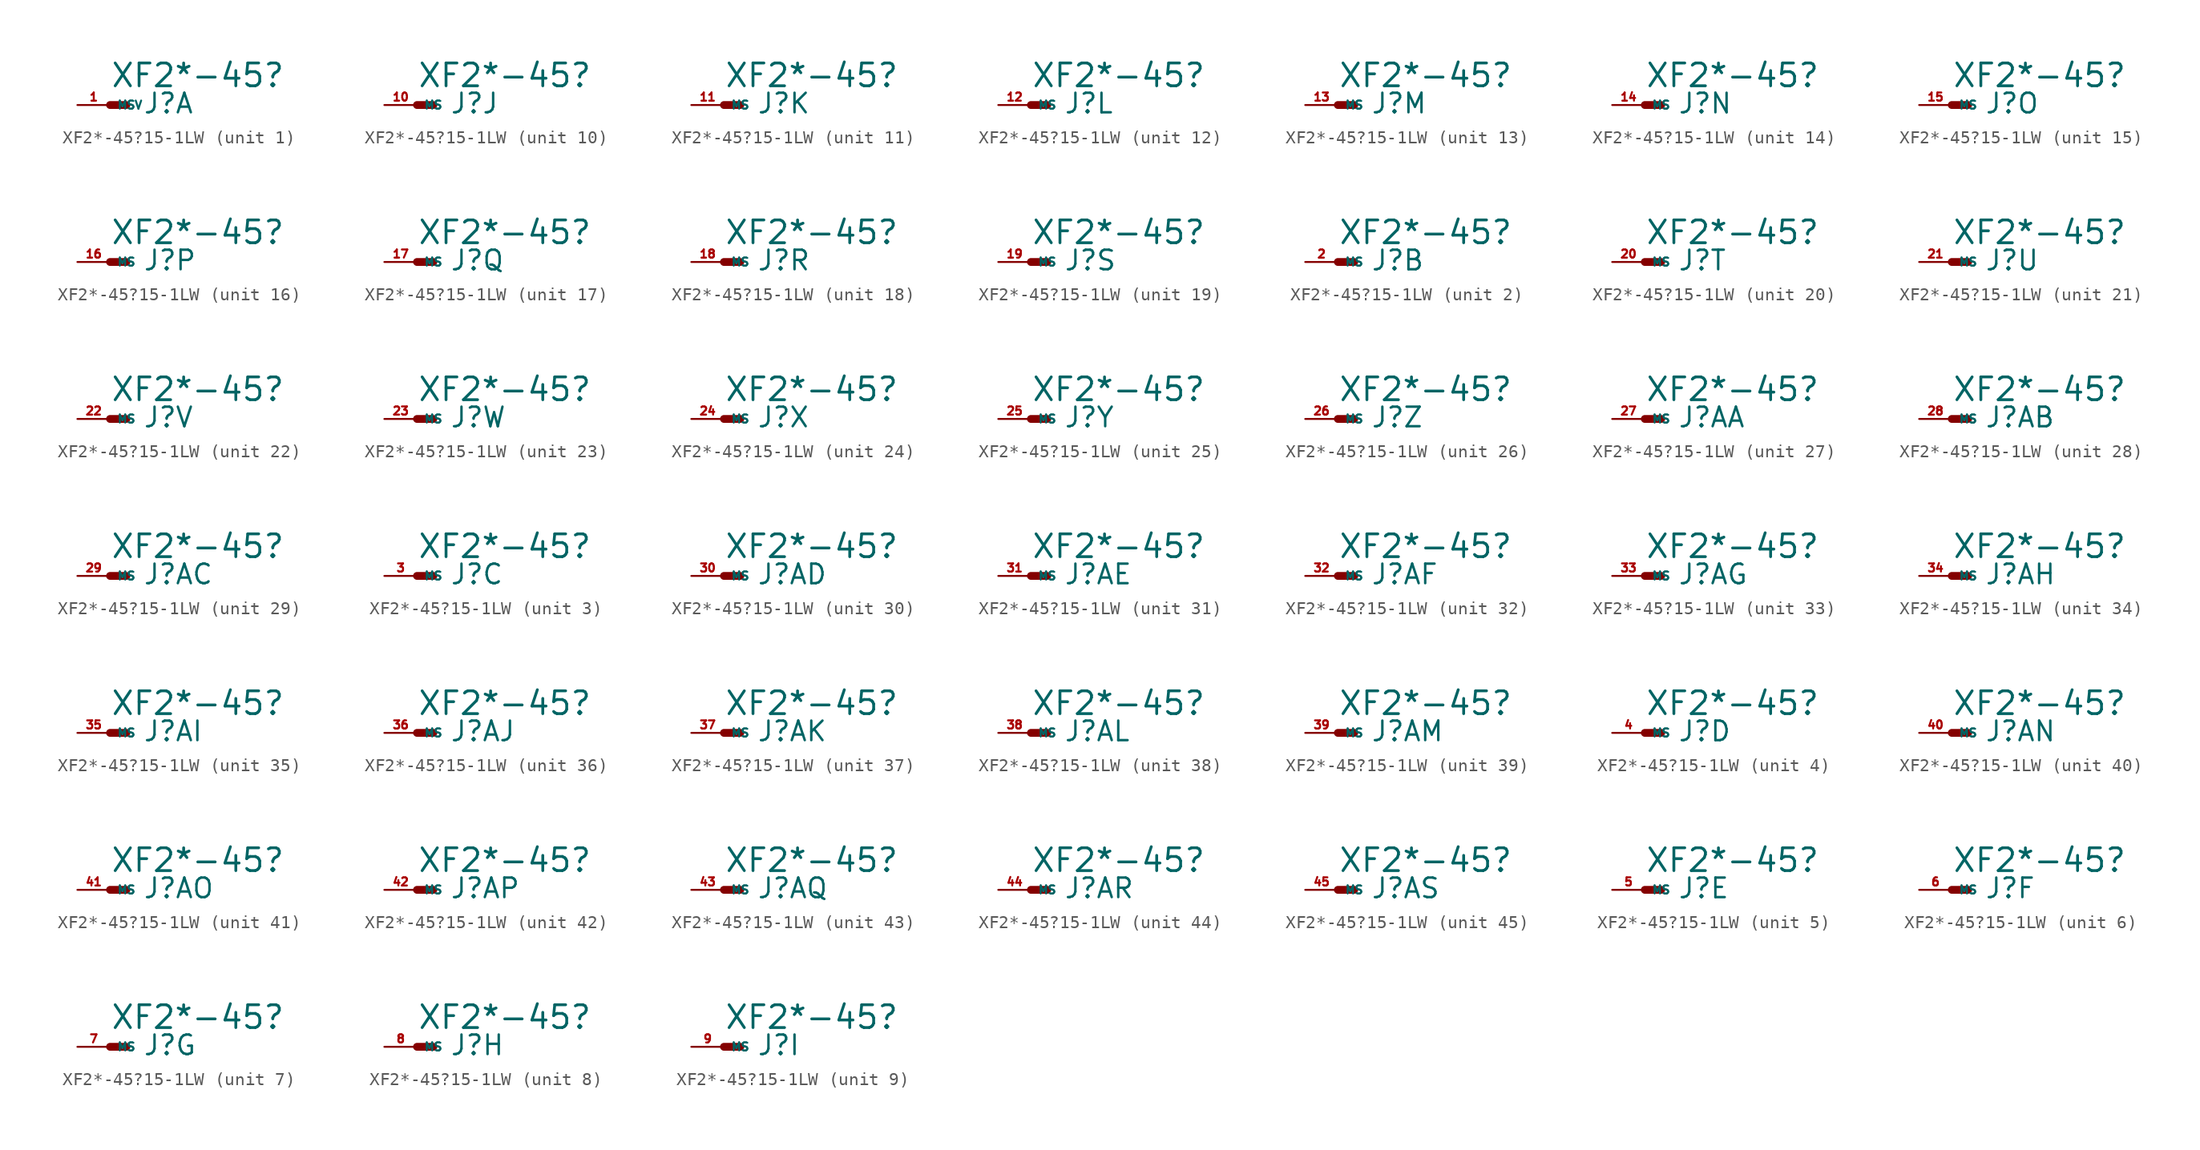
<source format=kicad_sym>
(kicad_symbol_lib
  (version 20220914)
  (generator Eagle2Kicad)
  (symbol "XF2*-45?15-1LW"
    (property "Reference" "J"
      (at 2.54 -0.762 0)
      (effects (font (size 1.524 1.524) (thickness 0.19)) (justify left bottom)))
    (property "Value" "XF2*-45?"
      (at 0 1.27 0)
      (effects (font (size 1.778 1.778) (thickness 0.22)) (justify left bottom)))
    (symbol "XF2*-45?15-1LW_1_0"
      (polyline (pts (xy 0 0) (xy 1.27 0)) (stroke (width 0.61) (type default)) (fill (type none)))
      (pin passive line (at -2.54 0 0) (length 2.54) (name "MSV" (effects (font (size 0.635 0.635) (thickness 0.08)) (justify left bottom))) (number "1" (effects (font (size 0.635 0.635) (thickness 0.08)) (justify left bottom)))))
    (symbol "XF2*-45?15-1LW_2_0"
      (polyline (pts (xy 0 0) (xy 1.27 0)) (stroke (width 0.61) (type default)) (fill (type none)))
      (pin passive line (at -2.54 0 0) (length 2.54) (name "MS" (effects (font (size 0.635 0.635) (thickness 0.08)) (justify left bottom))) (number "2" (effects (font (size 0.635 0.635) (thickness 0.08)) (justify left bottom)))))
    (symbol "XF2*-45?15-1LW_3_0"
      (polyline (pts (xy 0 0) (xy 1.27 0)) (stroke (width 0.61) (type default)) (fill (type none)))
      (pin passive line (at -2.54 0 0) (length 2.54) (name "MS" (effects (font (size 0.635 0.635) (thickness 0.08)) (justify left bottom))) (number "3" (effects (font (size 0.635 0.635) (thickness 0.08)) (justify left bottom)))))
    (symbol "XF2*-45?15-1LW_4_0"
      (polyline (pts (xy 0 0) (xy 1.27 0)) (stroke (width 0.61) (type default)) (fill (type none)))
      (pin passive line (at -2.54 0 0) (length 2.54) (name "MS" (effects (font (size 0.635 0.635) (thickness 0.08)) (justify left bottom))) (number "4" (effects (font (size 0.635 0.635) (thickness 0.08)) (justify left bottom)))))
    (symbol "XF2*-45?15-1LW_5_0"
      (polyline (pts (xy 0 0) (xy 1.27 0)) (stroke (width 0.61) (type default)) (fill (type none)))
      (pin passive line (at -2.54 0 0) (length 2.54) (name "MS" (effects (font (size 0.635 0.635) (thickness 0.08)) (justify left bottom))) (number "5" (effects (font (size 0.635 0.635) (thickness 0.08)) (justify left bottom)))))
    (symbol "XF2*-45?15-1LW_6_0"
      (polyline (pts (xy 0 0) (xy 1.27 0)) (stroke (width 0.61) (type default)) (fill (type none)))
      (pin passive line (at -2.54 0 0) (length 2.54) (name "MS" (effects (font (size 0.635 0.635) (thickness 0.08)) (justify left bottom))) (number "6" (effects (font (size 0.635 0.635) (thickness 0.08)) (justify left bottom)))))
    (symbol "XF2*-45?15-1LW_7_0"
      (polyline (pts (xy 0 0) (xy 1.27 0)) (stroke (width 0.61) (type default)) (fill (type none)))
      (pin passive line (at -2.54 0 0) (length 2.54) (name "MS" (effects (font (size 0.635 0.635) (thickness 0.08)) (justify left bottom))) (number "7" (effects (font (size 0.635 0.635) (thickness 0.08)) (justify left bottom)))))
    (symbol "XF2*-45?15-1LW_8_0"
      (polyline (pts (xy 0 0) (xy 1.27 0)) (stroke (width 0.61) (type default)) (fill (type none)))
      (pin passive line (at -2.54 0 0) (length 2.54) (name "MS" (effects (font (size 0.635 0.635) (thickness 0.08)) (justify left bottom))) (number "8" (effects (font (size 0.635 0.635) (thickness 0.08)) (justify left bottom)))))
    (symbol "XF2*-45?15-1LW_9_0"
      (polyline (pts (xy 0 0) (xy 1.27 0)) (stroke (width 0.61) (type default)) (fill (type none)))
      (pin passive line (at -2.54 0 0) (length 2.54) (name "MS" (effects (font (size 0.635 0.635) (thickness 0.08)) (justify left bottom))) (number "9" (effects (font (size 0.635 0.635) (thickness 0.08)) (justify left bottom)))))
    (symbol "XF2*-45?15-1LW_10_0"
      (polyline (pts (xy 0 0) (xy 1.27 0)) (stroke (width 0.61) (type default)) (fill (type none)))
      (pin passive line (at -2.54 0 0) (length 2.54) (name "MS" (effects (font (size 0.635 0.635) (thickness 0.08)) (justify left bottom))) (number "10" (effects (font (size 0.635 0.635) (thickness 0.08)) (justify left bottom)))))
    (symbol "XF2*-45?15-1LW_11_0"
      (polyline (pts (xy 0 0) (xy 1.27 0)) (stroke (width 0.61) (type default)) (fill (type none)))
      (pin passive line (at -2.54 0 0) (length 2.54) (name "MS" (effects (font (size 0.635 0.635) (thickness 0.08)) (justify left bottom))) (number "11" (effects (font (size 0.635 0.635) (thickness 0.08)) (justify left bottom)))))
    (symbol "XF2*-45?15-1LW_12_0"
      (polyline (pts (xy 0 0) (xy 1.27 0)) (stroke (width 0.61) (type default)) (fill (type none)))
      (pin passive line (at -2.54 0 0) (length 2.54) (name "MS" (effects (font (size 0.635 0.635) (thickness 0.08)) (justify left bottom))) (number "12" (effects (font (size 0.635 0.635) (thickness 0.08)) (justify left bottom)))))
    (symbol "XF2*-45?15-1LW_13_0"
      (polyline (pts (xy 0 0) (xy 1.27 0)) (stroke (width 0.61) (type default)) (fill (type none)))
      (pin passive line (at -2.54 0 0) (length 2.54) (name "MS" (effects (font (size 0.635 0.635) (thickness 0.08)) (justify left bottom))) (number "13" (effects (font (size 0.635 0.635) (thickness 0.08)) (justify left bottom)))))
    (symbol "XF2*-45?15-1LW_14_0"
      (polyline (pts (xy 0 0) (xy 1.27 0)) (stroke (width 0.61) (type default)) (fill (type none)))
      (pin passive line (at -2.54 0 0) (length 2.54) (name "MS" (effects (font (size 0.635 0.635) (thickness 0.08)) (justify left bottom))) (number "14" (effects (font (size 0.635 0.635) (thickness 0.08)) (justify left bottom)))))
    (symbol "XF2*-45?15-1LW_15_0"
      (polyline (pts (xy 0 0) (xy 1.27 0)) (stroke (width 0.61) (type default)) (fill (type none)))
      (pin passive line (at -2.54 0 0) (length 2.54) (name "MS" (effects (font (size 0.635 0.635) (thickness 0.08)) (justify left bottom))) (number "15" (effects (font (size 0.635 0.635) (thickness 0.08)) (justify left bottom)))))
    (symbol "XF2*-45?15-1LW_16_0"
      (polyline (pts (xy 0 0) (xy 1.27 0)) (stroke (width 0.61) (type default)) (fill (type none)))
      (pin passive line (at -2.54 0 0) (length 2.54) (name "MS" (effects (font (size 0.635 0.635) (thickness 0.08)) (justify left bottom))) (number "16" (effects (font (size 0.635 0.635) (thickness 0.08)) (justify left bottom)))))
    (symbol "XF2*-45?15-1LW_17_0"
      (polyline (pts (xy 0 0) (xy 1.27 0)) (stroke (width 0.61) (type default)) (fill (type none)))
      (pin passive line (at -2.54 0 0) (length 2.54) (name "MS" (effects (font (size 0.635 0.635) (thickness 0.08)) (justify left bottom))) (number "17" (effects (font (size 0.635 0.635) (thickness 0.08)) (justify left bottom)))))
    (symbol "XF2*-45?15-1LW_18_0"
      (polyline (pts (xy 0 0) (xy 1.27 0)) (stroke (width 0.61) (type default)) (fill (type none)))
      (pin passive line (at -2.54 0 0) (length 2.54) (name "MS" (effects (font (size 0.635 0.635) (thickness 0.08)) (justify left bottom))) (number "18" (effects (font (size 0.635 0.635) (thickness 0.08)) (justify left bottom)))))
    (symbol "XF2*-45?15-1LW_19_0"
      (polyline (pts (xy 0 0) (xy 1.27 0)) (stroke (width 0.61) (type default)) (fill (type none)))
      (pin passive line (at -2.54 0 0) (length 2.54) (name "MS" (effects (font (size 0.635 0.635) (thickness 0.08)) (justify left bottom))) (number "19" (effects (font (size 0.635 0.635) (thickness 0.08)) (justify left bottom)))))
    (symbol "XF2*-45?15-1LW_20_0"
      (polyline (pts (xy 0 0) (xy 1.27 0)) (stroke (width 0.61) (type default)) (fill (type none)))
      (pin passive line (at -2.54 0 0) (length 2.54) (name "MS" (effects (font (size 0.635 0.635) (thickness 0.08)) (justify left bottom))) (number "20" (effects (font (size 0.635 0.635) (thickness 0.08)) (justify left bottom)))))
    (symbol "XF2*-45?15-1LW_21_0"
      (polyline (pts (xy 0 0) (xy 1.27 0)) (stroke (width 0.61) (type default)) (fill (type none)))
      (pin passive line (at -2.54 0 0) (length 2.54) (name "MS" (effects (font (size 0.635 0.635) (thickness 0.08)) (justify left bottom))) (number "21" (effects (font (size 0.635 0.635) (thickness 0.08)) (justify left bottom)))))
    (symbol "XF2*-45?15-1LW_22_0"
      (polyline (pts (xy 0 0) (xy 1.27 0)) (stroke (width 0.61) (type default)) (fill (type none)))
      (pin passive line (at -2.54 0 0) (length 2.54) (name "MS" (effects (font (size 0.635 0.635) (thickness 0.08)) (justify left bottom))) (number "22" (effects (font (size 0.635 0.635) (thickness 0.08)) (justify left bottom)))))
    (symbol "XF2*-45?15-1LW_23_0"
      (polyline (pts (xy 0 0) (xy 1.27 0)) (stroke (width 0.61) (type default)) (fill (type none)))
      (pin passive line (at -2.54 0 0) (length 2.54) (name "MS" (effects (font (size 0.635 0.635) (thickness 0.08)) (justify left bottom))) (number "23" (effects (font (size 0.635 0.635) (thickness 0.08)) (justify left bottom)))))
    (symbol "XF2*-45?15-1LW_24_0"
      (polyline (pts (xy 0 0) (xy 1.27 0)) (stroke (width 0.61) (type default)) (fill (type none)))
      (pin passive line (at -2.54 0 0) (length 2.54) (name "MS" (effects (font (size 0.635 0.635) (thickness 0.08)) (justify left bottom))) (number "24" (effects (font (size 0.635 0.635) (thickness 0.08)) (justify left bottom)))))
    (symbol "XF2*-45?15-1LW_25_0"
      (polyline (pts (xy 0 0) (xy 1.27 0)) (stroke (width 0.61) (type default)) (fill (type none)))
      (pin passive line (at -2.54 0 0) (length 2.54) (name "MS" (effects (font (size 0.635 0.635) (thickness 0.08)) (justify left bottom))) (number "25" (effects (font (size 0.635 0.635) (thickness 0.08)) (justify left bottom)))))
    (symbol "XF2*-45?15-1LW_26_0"
      (polyline (pts (xy 0 0) (xy 1.27 0)) (stroke (width 0.61) (type default)) (fill (type none)))
      (pin passive line (at -2.54 0 0) (length 2.54) (name "MS" (effects (font (size 0.635 0.635) (thickness 0.08)) (justify left bottom))) (number "26" (effects (font (size 0.635 0.635) (thickness 0.08)) (justify left bottom)))))
    (symbol "XF2*-45?15-1LW_27_0"
      (polyline (pts (xy 0 0) (xy 1.27 0)) (stroke (width 0.61) (type default)) (fill (type none)))
      (pin passive line (at -2.54 0 0) (length 2.54) (name "MS" (effects (font (size 0.635 0.635) (thickness 0.08)) (justify left bottom))) (number "27" (effects (font (size 0.635 0.635) (thickness 0.08)) (justify left bottom)))))
    (symbol "XF2*-45?15-1LW_28_0"
      (polyline (pts (xy 0 0) (xy 1.27 0)) (stroke (width 0.61) (type default)) (fill (type none)))
      (pin passive line (at -2.54 0 0) (length 2.54) (name "MS" (effects (font (size 0.635 0.635) (thickness 0.08)) (justify left bottom))) (number "28" (effects (font (size 0.635 0.635) (thickness 0.08)) (justify left bottom)))))
    (symbol "XF2*-45?15-1LW_29_0"
      (polyline (pts (xy 0 0) (xy 1.27 0)) (stroke (width 0.61) (type default)) (fill (type none)))
      (pin passive line (at -2.54 0 0) (length 2.54) (name "MS" (effects (font (size 0.635 0.635) (thickness 0.08)) (justify left bottom))) (number "29" (effects (font (size 0.635 0.635) (thickness 0.08)) (justify left bottom)))))
    (symbol "XF2*-45?15-1LW_30_0"
      (polyline (pts (xy 0 0) (xy 1.27 0)) (stroke (width 0.61) (type default)) (fill (type none)))
      (pin passive line (at -2.54 0 0) (length 2.54) (name "MS" (effects (font (size 0.635 0.635) (thickness 0.08)) (justify left bottom))) (number "30" (effects (font (size 0.635 0.635) (thickness 0.08)) (justify left bottom)))))
    (symbol "XF2*-45?15-1LW_31_0"
      (polyline (pts (xy 0 0) (xy 1.27 0)) (stroke (width 0.61) (type default)) (fill (type none)))
      (pin passive line (at -2.54 0 0) (length 2.54) (name "MS" (effects (font (size 0.635 0.635) (thickness 0.08)) (justify left bottom))) (number "31" (effects (font (size 0.635 0.635) (thickness 0.08)) (justify left bottom)))))
    (symbol "XF2*-45?15-1LW_32_0"
      (polyline (pts (xy 0 0) (xy 1.27 0)) (stroke (width 0.61) (type default)) (fill (type none)))
      (pin passive line (at -2.54 0 0) (length 2.54) (name "MS" (effects (font (size 0.635 0.635) (thickness 0.08)) (justify left bottom))) (number "32" (effects (font (size 0.635 0.635) (thickness 0.08)) (justify left bottom)))))
    (symbol "XF2*-45?15-1LW_33_0"
      (polyline (pts (xy 0 0) (xy 1.27 0)) (stroke (width 0.61) (type default)) (fill (type none)))
      (pin passive line (at -2.54 0 0) (length 2.54) (name "MS" (effects (font (size 0.635 0.635) (thickness 0.08)) (justify left bottom))) (number "33" (effects (font (size 0.635 0.635) (thickness 0.08)) (justify left bottom)))))
    (symbol "XF2*-45?15-1LW_34_0"
      (polyline (pts (xy 0 0) (xy 1.27 0)) (stroke (width 0.61) (type default)) (fill (type none)))
      (pin passive line (at -2.54 0 0) (length 2.54) (name "MS" (effects (font (size 0.635 0.635) (thickness 0.08)) (justify left bottom))) (number "34" (effects (font (size 0.635 0.635) (thickness 0.08)) (justify left bottom)))))
    (symbol "XF2*-45?15-1LW_35_0"
      (polyline (pts (xy 0 0) (xy 1.27 0)) (stroke (width 0.61) (type default)) (fill (type none)))
      (pin passive line (at -2.54 0 0) (length 2.54) (name "MS" (effects (font (size 0.635 0.635) (thickness 0.08)) (justify left bottom))) (number "35" (effects (font (size 0.635 0.635) (thickness 0.08)) (justify left bottom)))))
    (symbol "XF2*-45?15-1LW_36_0"
      (polyline (pts (xy 0 0) (xy 1.27 0)) (stroke (width 0.61) (type default)) (fill (type none)))
      (pin passive line (at -2.54 0 0) (length 2.54) (name "MS" (effects (font (size 0.635 0.635) (thickness 0.08)) (justify left bottom))) (number "36" (effects (font (size 0.635 0.635) (thickness 0.08)) (justify left bottom)))))
    (symbol "XF2*-45?15-1LW_37_0"
      (polyline (pts (xy 0 0) (xy 1.27 0)) (stroke (width 0.61) (type default)) (fill (type none)))
      (pin passive line (at -2.54 0 0) (length 2.54) (name "MS" (effects (font (size 0.635 0.635) (thickness 0.08)) (justify left bottom))) (number "37" (effects (font (size 0.635 0.635) (thickness 0.08)) (justify left bottom)))))
    (symbol "XF2*-45?15-1LW_38_0"
      (polyline (pts (xy 0 0) (xy 1.27 0)) (stroke (width 0.61) (type default)) (fill (type none)))
      (pin passive line (at -2.54 0 0) (length 2.54) (name "MS" (effects (font (size 0.635 0.635) (thickness 0.08)) (justify left bottom))) (number "38" (effects (font (size 0.635 0.635) (thickness 0.08)) (justify left bottom)))))
    (symbol "XF2*-45?15-1LW_39_0"
      (polyline (pts (xy 0 0) (xy 1.27 0)) (stroke (width 0.61) (type default)) (fill (type none)))
      (pin passive line (at -2.54 0 0) (length 2.54) (name "MS" (effects (font (size 0.635 0.635) (thickness 0.08)) (justify left bottom))) (number "39" (effects (font (size 0.635 0.635) (thickness 0.08)) (justify left bottom)))))
    (symbol "XF2*-45?15-1LW_40_0"
      (polyline (pts (xy 0 0) (xy 1.27 0)) (stroke (width 0.61) (type default)) (fill (type none)))
      (pin passive line (at -2.54 0 0) (length 2.54) (name "MS" (effects (font (size 0.635 0.635) (thickness 0.08)) (justify left bottom))) (number "40" (effects (font (size 0.635 0.635) (thickness 0.08)) (justify left bottom)))))
    (symbol "XF2*-45?15-1LW_41_0"
      (polyline (pts (xy 0 0) (xy 1.27 0)) (stroke (width 0.61) (type default)) (fill (type none)))
      (pin passive line (at -2.54 0 0) (length 2.54) (name "MS" (effects (font (size 0.635 0.635) (thickness 0.08)) (justify left bottom))) (number "41" (effects (font (size 0.635 0.635) (thickness 0.08)) (justify left bottom)))))
    (symbol "XF2*-45?15-1LW_42_0"
      (polyline (pts (xy 0 0) (xy 1.27 0)) (stroke (width 0.61) (type default)) (fill (type none)))
      (pin passive line (at -2.54 0 0) (length 2.54) (name "MS" (effects (font (size 0.635 0.635) (thickness 0.08)) (justify left bottom))) (number "42" (effects (font (size 0.635 0.635) (thickness 0.08)) (justify left bottom)))))
    (symbol "XF2*-45?15-1LW_43_0"
      (polyline (pts (xy 0 0) (xy 1.27 0)) (stroke (width 0.61) (type default)) (fill (type none)))
      (pin passive line (at -2.54 0 0) (length 2.54) (name "MS" (effects (font (size 0.635 0.635) (thickness 0.08)) (justify left bottom))) (number "43" (effects (font (size 0.635 0.635) (thickness 0.08)) (justify left bottom)))))
    (symbol "XF2*-45?15-1LW_44_0"
      (polyline (pts (xy 0 0) (xy 1.27 0)) (stroke (width 0.61) (type default)) (fill (type none)))
      (pin passive line (at -2.54 0 0) (length 2.54) (name "MS" (effects (font (size 0.635 0.635) (thickness 0.08)) (justify left bottom))) (number "44" (effects (font (size 0.635 0.635) (thickness 0.08)) (justify left bottom)))))
    (symbol "XF2*-45?15-1LW_45_0"
      (polyline (pts (xy 0 0) (xy 1.27 0)) (stroke (width 0.61) (type default)) (fill (type none)))
      (pin passive line (at -2.54 0 0) (length 2.54) (name "MS" (effects (font (size 0.635 0.635) (thickness 0.08)) (justify left bottom))) (number "45" (effects (font (size 0.635 0.635) (thickness 0.08)) (justify left bottom)))))))
</source>
